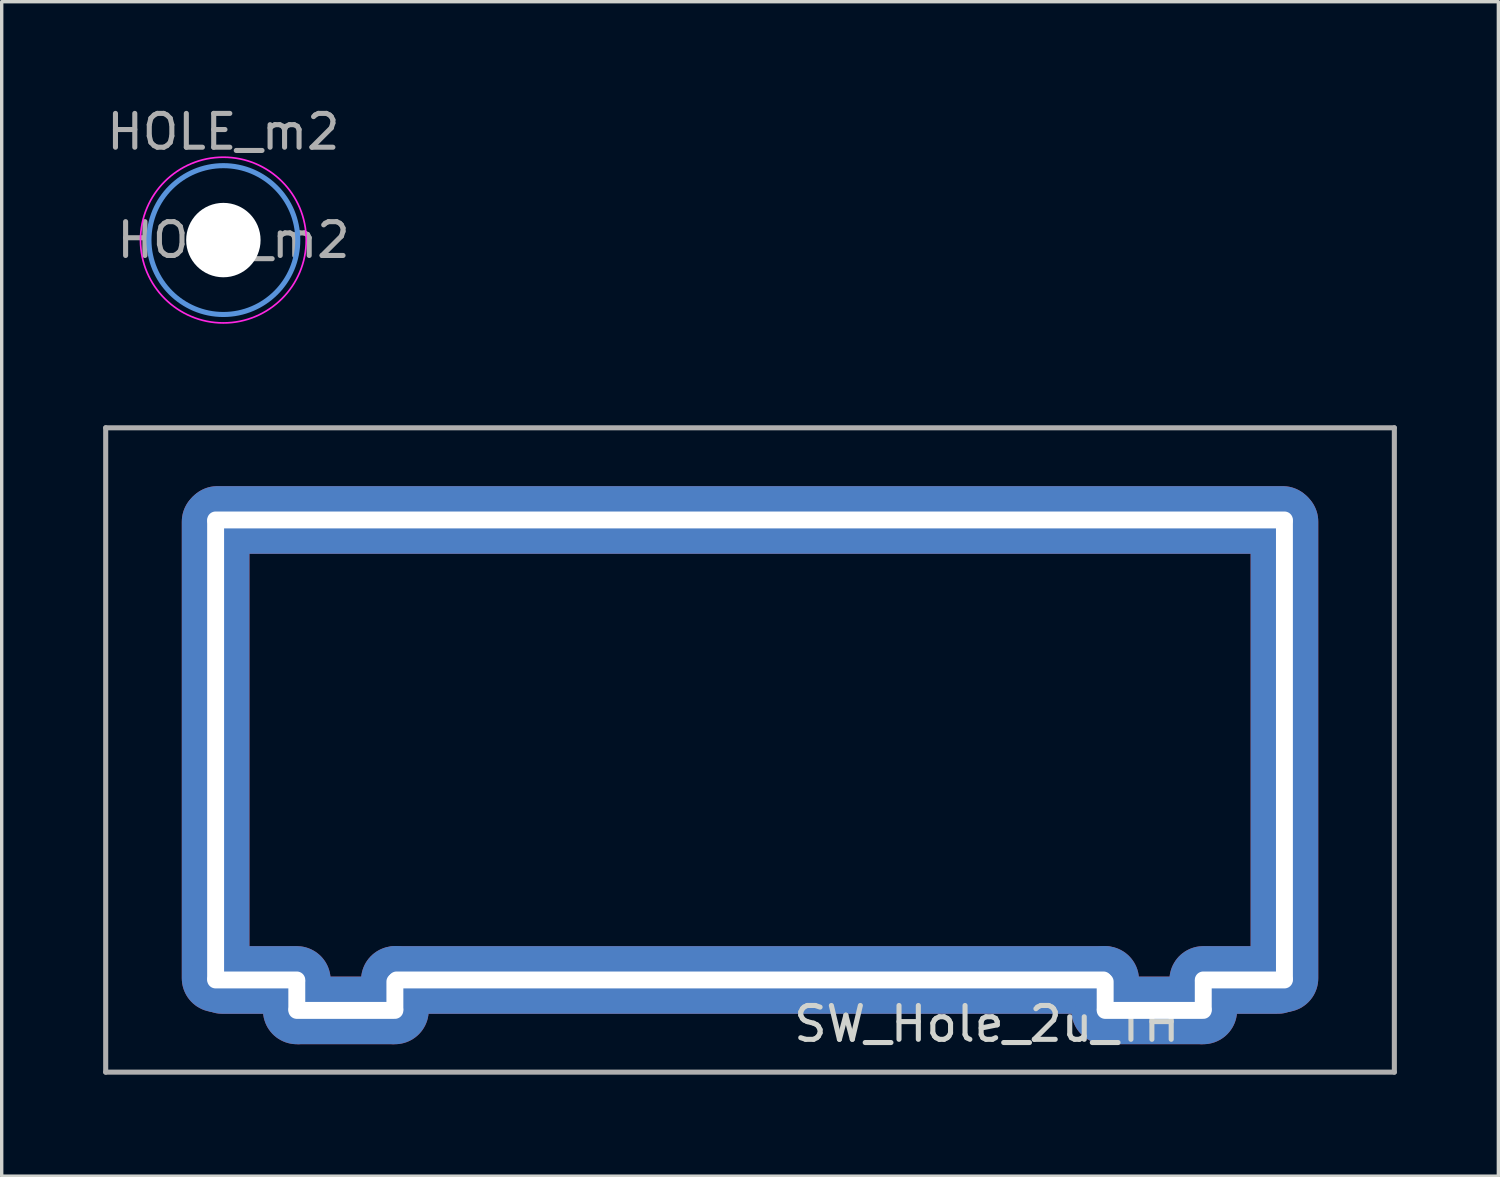
<source format=kicad_pcb>
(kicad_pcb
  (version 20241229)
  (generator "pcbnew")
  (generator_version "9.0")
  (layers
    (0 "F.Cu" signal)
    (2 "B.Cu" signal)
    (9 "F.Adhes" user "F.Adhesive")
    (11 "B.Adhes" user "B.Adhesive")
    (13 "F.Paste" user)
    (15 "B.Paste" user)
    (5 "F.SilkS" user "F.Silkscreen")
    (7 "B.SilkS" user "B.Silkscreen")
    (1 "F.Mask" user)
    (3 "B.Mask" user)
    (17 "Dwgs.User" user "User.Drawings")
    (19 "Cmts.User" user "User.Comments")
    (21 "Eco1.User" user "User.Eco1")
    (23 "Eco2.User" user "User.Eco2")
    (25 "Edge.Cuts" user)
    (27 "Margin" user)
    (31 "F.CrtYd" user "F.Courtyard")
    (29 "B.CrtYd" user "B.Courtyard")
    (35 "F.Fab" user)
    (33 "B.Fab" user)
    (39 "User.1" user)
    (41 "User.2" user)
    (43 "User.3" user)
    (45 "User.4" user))
  (footprint "SW_Hole_2u_TH"
    (layer "F.Cu")
    (at 19.125 19.123)
    (property "Reference" "SW_Hole_2u_TH" (at 7 8.1 0) (layer "Edge.Cuts") (effects (font (size 1 1) (thickness 0.15))))
    (attr through_hole)
    (fp_line (start -19.05 -9.525) (end -19.05 9.525) (stroke (width 0.15) (type solid)) (layer "F.Fab"))
    (fp_line (start -19.05 9.525) (end 19.05 9.525) (stroke (width 0.15) (type solid)) (layer "F.Fab"))
    (fp_line (start 19.05 -9.525) (end -19.05 -9.525) (stroke (width 0.15) (type solid)) (layer "F.Fab"))
    (fp_line (start 19.05 9.525) (end 19.05 -9.525) (stroke (width 0.15) (type solid)) (layer "F.Fab"))
    (pad "1" thru_hole oval (at -15.8 0 180) (size 2 15.5) (drill oval 0.5 14) (layers "*.Cu" "*.Mask"))
    (pad "1" thru_hole oval (at -14.6 6.8 90) (size 2 4) (drill oval 0.5 2.9) (layers "*.Cu" "*.Mask"))
    (pad "1" thru_hole oval (at -13.4 7.25 180) (size 2 2.9) (drill oval 0.5 1.3) (layers "*.Cu" "*.Mask"))
    (pad "1" thru_hole oval (at -11.95 7.7 90) (size 2 4.7) (drill oval 0.5 3.4) (layers "*.Cu" "*.Mask"))
    (pad "1" thru_hole oval (at -10.5 7.25 180) (size 2 2.9) (drill oval 0.5 1.3) (layers "*.Cu" "*.Mask"))
    (pad "1" thru_hole oval (at 0 -6.8 90) (size 2 33.5) (drill oval 0.5 32.1) (layers "*.Cu" "*.Mask"))
    (pad "1" thru_hole oval (at 0 6.8 90) (size 2 22.9) (drill oval 0.5 21.4) (layers "*.Cu" "*.Mask"))
    (pad "1" thru_hole oval (at 10.5 7.25 180) (size 2 2.9) (drill oval 0.5 1.3) (layers "*.Cu" "*.Mask"))
    (pad "1" thru_hole oval (at 11.95 7.7 90) (size 2 4.7) (drill oval 0.5 3.4) (layers "*.Cu" "*.Mask"))
    (pad "1" thru_hole oval (at 13.4 7.25 180) (size 2 2.9) (drill oval 0.5 1.3) (layers "*.Cu" "*.Mask"))
    (pad "1" thru_hole oval (at 14.6 6.8 90) (size 2 4) (drill oval 0.5 2.9) (layers "*.Cu" "*.Mask"))
    (pad "1" thru_hole oval (at 15.8 0 180) (size 2 15.5) (drill oval 0.5 14) (layers "*.Cu" "*.Mask")))
  (footprint "HOLE_m2"
    (layer "F.Cu")
    (at 3.554 4.048)
    (property "Reference" "HOLE_m2" (at 0 -3.2 0) (layer "F.Fab") (effects (font (size 1 1) (thickness 0.15))))
    (attr exclude_from_pos_files exclude_from_bom)
    (fp_circle (center 0 0) (end 2.2 0) (stroke (width 0.15) (type solid)) (fill no) (layer "Cmts.User"))
    (fp_circle (center 0 0) (end 2.45 0) (stroke (width 0.05) (type solid)) (fill no) (layer "F.CrtYd"))
    (fp_text user "${REFERENCE}" (at 0.3 0 0) (layer "F.Fab") (effects (font (size 1 1) (thickness 0.15))))
    (pad "" np_thru_hole circle (at 0 0) (size 2.2 2.2) (drill 2.2) (layers "*.Cu" "*.Mask")))
  (gr_rect
    (start -3 -3)
    (end 41.25 31.723)
    (stroke (width 0.1) (type default))
    (fill no)
    (layer "Edge.Cuts")))
</source>
